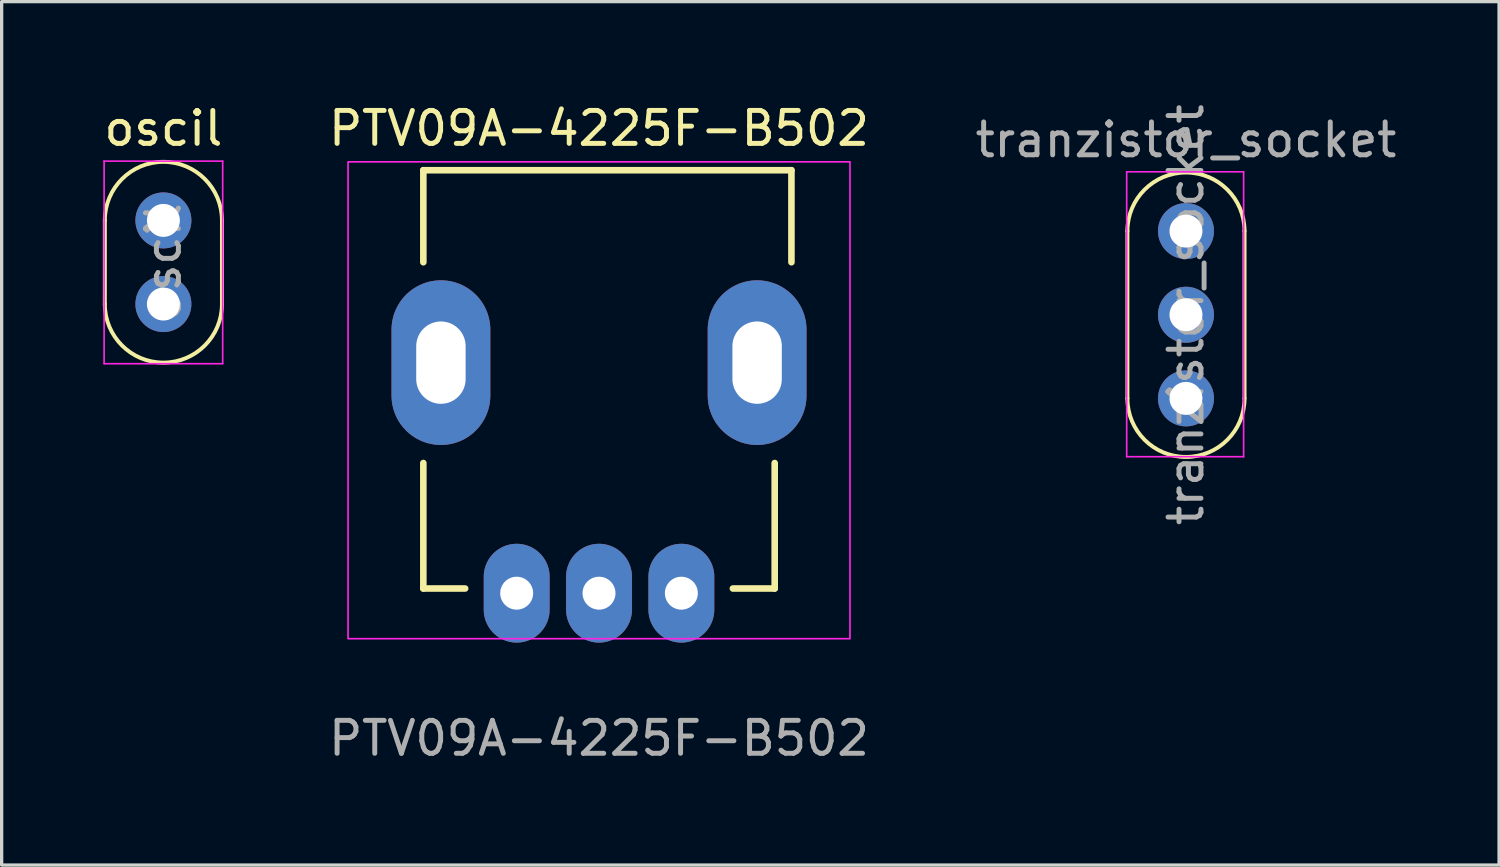
<source format=kicad_pcb>
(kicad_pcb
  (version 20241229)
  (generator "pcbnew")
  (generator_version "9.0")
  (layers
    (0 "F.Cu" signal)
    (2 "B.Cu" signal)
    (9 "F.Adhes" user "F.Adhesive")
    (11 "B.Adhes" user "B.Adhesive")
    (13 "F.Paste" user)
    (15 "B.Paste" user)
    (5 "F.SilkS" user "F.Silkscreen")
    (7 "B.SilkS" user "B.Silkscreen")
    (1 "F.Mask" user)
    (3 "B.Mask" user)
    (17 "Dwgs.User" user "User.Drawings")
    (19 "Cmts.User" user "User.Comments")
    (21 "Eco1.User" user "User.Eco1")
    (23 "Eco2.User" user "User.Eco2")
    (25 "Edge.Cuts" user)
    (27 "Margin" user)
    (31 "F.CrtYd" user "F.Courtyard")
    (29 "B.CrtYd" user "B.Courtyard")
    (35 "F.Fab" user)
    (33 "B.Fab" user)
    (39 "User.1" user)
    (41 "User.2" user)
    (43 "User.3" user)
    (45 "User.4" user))
  (footprint "oscil"
    (layer "F.Cu")
    (at 1.911 3.642)
    (property "Reference" "oscil" (at 0 -2.794 0) (layer "F.SilkS") (effects (font (size 1 1) (thickness 0.15))))
    (attr through_hole)
    (fp_line (start -1.778 0) (end -1.778 2.54) (stroke (width 0.12) (type solid)) (layer "F.SilkS"))
    (fp_line (start 1.778 0) (end 1.778 2.54) (stroke (width 0.12) (type solid)) (layer "F.SilkS"))
    (fp_arc (start -1.778 0) (mid 0 -1.778) (end 1.778 0) (stroke (width 0.12) (type solid)) (layer "F.SilkS"))
    (fp_arc (start 1.778 2.54) (mid 0 4.318) (end -1.778 2.54) (stroke (width 0.12) (type solid)) (layer "F.SilkS"))
    (fp_line (start -1.8 -1.8) (end -1.8 4.35) (stroke (width 0.05) (type solid)) (layer "F.CrtYd"))
    (fp_line (start -1.8 4.35) (end 1.8 4.35) (stroke (width 0.05) (type solid)) (layer "F.CrtYd"))
    (fp_line (start 1.8 -1.8) (end -1.8 -1.8) (stroke (width 0.05) (type solid)) (layer "F.CrtYd"))
    (fp_line (start 1.8 4.35) (end 1.8 -1.8) (stroke (width 0.05) (type solid)) (layer "F.CrtYd"))
    (fp_text user "${REFERENCE}" (at 0 1.27 90) (layer "F.Fab") (effects (font (size 1 1) (thickness 0.15))))
    (pad "1" thru_hole circle (at 0 0) (size 1.7 1.7) (drill 1) (layers "*.Cu" "*.Mask"))
    (pad "1" thru_hole oval (at 0 2.54) (size 1.7 1.7) (drill 1) (layers "*.Cu" "*.Mask")))
  (footprint "PTV09A-4225F-B502"
    (layer "F.Cu")
    (at 15.137 7.96)
    (property "Reference" "PTV09A-4225F-B502" (at 0 -7.112 0) (unlocked yes) (layer "F.SilkS") (effects (font (size 1 1) (thickness 0.15))))
    (attr through_hole)
    (fp_line (start -5.334 -5.842) (end -5.334 -3.048) (stroke (width 0.2) (type solid)) (layer "F.SilkS"))
    (fp_line (start -5.334 3.048) (end -5.334 6.858) (stroke (width 0.2) (type solid)) (layer "F.SilkS"))
    (fp_line (start -5.334 6.858) (end -4.064 6.858) (stroke (width 0.2) (type solid)) (layer "F.SilkS"))
    (fp_line (start 4.064 6.858) (end 5.334 6.858) (stroke (width 0.2) (type solid)) (layer "F.SilkS"))
    (fp_line (start 5.334 3.048) (end 5.334 6.858) (stroke (width 0.2) (type solid)) (layer "F.SilkS"))
    (fp_line (start 5.842 -5.842) (end -5.334 -5.842) (stroke (width 0.2) (type solid)) (layer "F.SilkS"))
    (fp_line (start 5.842 -5.842) (end 5.842 -3.048) (stroke (width 0.2) (type solid)) (layer "F.SilkS"))
    (fp_rect (start -7.62 -6.096) (end 7.62 8.382) (stroke (width 0.05) (type solid)) (fill no) (layer "F.CrtYd"))
    (fp_text user "${REFERENCE}" (at 0 11.406 0) (unlocked yes) (layer "F.Fab") (effects (font (size 1 1) (thickness 0.15))))
    (pad "" thru_hole oval (at -4.8 0) (size 3 5) (drill oval 1.5 2.5) (layers "*.Cu" "*.Mask"))
    (pad "" thru_hole oval (at 4.8 0) (size 3 5) (drill oval 1.5 2.5) (layers "*.Cu" "*.Mask"))
    (pad "1" thru_hole oval (at -2.5 7) (size 2 3) (drill 1) (layers "*.Cu" "*.Mask"))
    (pad "2" thru_hole oval (at 0 7) (size 2 3) (drill 1) (layers "*.Cu" "*.Mask"))
    (pad "3" thru_hole oval (at 2.5 7) (size 2 3) (drill 1) (layers "*.Cu" "*.Mask")))
  (footprint "tranzistor_socket"
    (layer "F.Cu")
    (at 32.958 3.966)
    (property "Reference" "tranzistor_socket" (at 0 -2.77 180) (layer "F.Fab") (effects (font (size 1 1) (thickness 0.15))))
    (attr through_hole)
    (fp_line (start -1.778 0) (end -1.778 5.08) (stroke (width 0.12) (type solid)) (layer "F.SilkS"))
    (fp_line (start 1.778 0) (end 1.778 5.08) (stroke (width 0.12) (type solid)) (layer "F.SilkS"))
    (fp_arc (start -1.778 0) (mid 0 -1.778) (end 1.778 0) (stroke (width 0.12) (type solid)) (layer "F.SilkS"))
    (fp_arc (start 1.778 5.08) (mid 0 6.858) (end -1.778 5.08) (stroke (width 0.12) (type solid)) (layer "F.SilkS"))
    (fp_line (start -1.8 -1.8) (end 1.75 -1.8) (stroke (width 0.05) (type solid)) (layer "F.CrtYd"))
    (fp_line (start -1.8 6.85) (end -1.8 -1.8) (stroke (width 0.05) (type solid)) (layer "F.CrtYd"))
    (fp_line (start 1.75 -1.8) (end 1.75 6.85) (stroke (width 0.05) (type solid)) (layer "F.CrtYd"))
    (fp_line (start 1.75 6.85) (end -1.8 6.85) (stroke (width 0.05) (type solid)) (layer "F.CrtYd"))
    (fp_text user "${REFERENCE}" (at 0 2.54 270) (layer "F.Fab") (effects (font (size 1 1) (thickness 0.15))))
    (pad "1" thru_hole circle (at 0 0) (size 1.7 1.7) (drill 1) (layers "*.Cu" "*.Mask"))
    (pad "2" thru_hole oval (at 0 2.54) (size 1.7 1.7) (drill 1) (layers "*.Cu" "*.Mask"))
    (pad "3" thru_hole oval (at 0 5.08) (size 1.7 1.7) (drill 1) (layers "*.Cu" "*.Mask")))
  (gr_rect
    (start -3 -3)
    (end 42.464 23.215)
    (stroke (width 0.1) (type default))
    (fill no)
    (layer "Edge.Cuts")))
</source>
